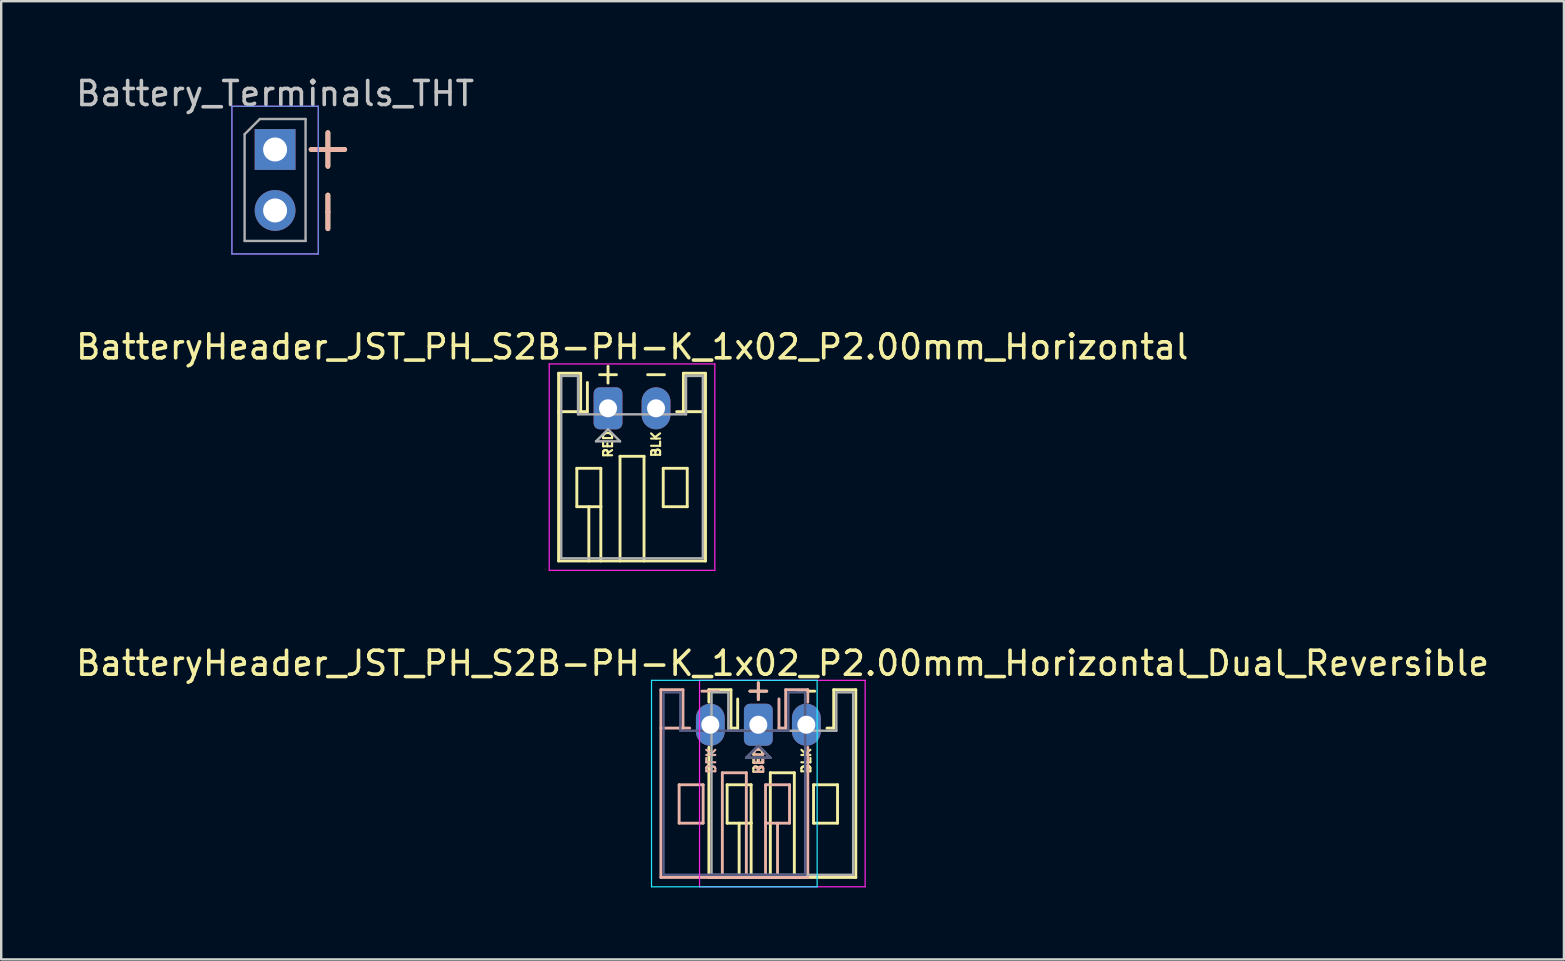
<source format=kicad_pcb>
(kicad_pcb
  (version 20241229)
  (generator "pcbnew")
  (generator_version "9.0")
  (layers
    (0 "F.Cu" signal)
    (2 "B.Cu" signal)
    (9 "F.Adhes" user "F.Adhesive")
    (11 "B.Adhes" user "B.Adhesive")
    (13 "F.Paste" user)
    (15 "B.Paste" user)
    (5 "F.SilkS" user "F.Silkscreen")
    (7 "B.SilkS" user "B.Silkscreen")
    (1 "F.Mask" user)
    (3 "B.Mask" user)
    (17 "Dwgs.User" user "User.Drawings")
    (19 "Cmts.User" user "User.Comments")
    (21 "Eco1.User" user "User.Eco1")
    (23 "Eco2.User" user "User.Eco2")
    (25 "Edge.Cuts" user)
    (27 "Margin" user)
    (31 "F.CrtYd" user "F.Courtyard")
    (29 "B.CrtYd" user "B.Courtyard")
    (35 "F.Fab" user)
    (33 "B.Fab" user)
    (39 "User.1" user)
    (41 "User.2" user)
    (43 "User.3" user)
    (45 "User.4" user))
  (footprint "BatteryHeader_JST_PH_S2B-PH-K_1x02_P2.00mm_Horizontal"
    (layer "F.Cu")
    (at 22.282 13.961)
    (property "Reference" "BatteryHeader_JST_PH_S2B-PH-K_1x02_P2.00mm_Horizontal" (at 1.01 -2.56 0) (layer "F.SilkS") (effects (font (size 1 1) (thickness 0.15))))
    (attr through_hole)
    (fp_line (start -2.06 -1.46) (end -2.06 6.36) (stroke (width 0.12) (type solid)) (layer "F.SilkS"))
    (fp_line (start -2.06 0.14) (end -1.14 0.14) (stroke (width 0.12) (type solid)) (layer "F.SilkS"))
    (fp_line (start -2.06 6.36) (end 4.06 6.36) (stroke (width 0.12) (type solid)) (layer "F.SilkS"))
    (fp_line (start -1.3 2.5) (end -1.3 4.1) (stroke (width 0.12) (type solid)) (layer "F.SilkS"))
    (fp_line (start -1.3 4.1) (end -0.3 4.1) (stroke (width 0.12) (type solid)) (layer "F.SilkS"))
    (fp_line (start -1.14 -1.46) (end -2.06 -1.46) (stroke (width 0.12) (type solid)) (layer "F.SilkS"))
    (fp_line (start -1.14 0.14) (end -1.14 -1.46) (stroke (width 0.12) (type solid)) (layer "F.SilkS"))
    (fp_line (start -0.86 0.14) (end -1.14 0.14) (stroke (width 0.12) (type solid)) (layer "F.SilkS"))
    (fp_line (start -0.86 0.14) (end -0.86 -1.075) (stroke (width 0.12) (type solid)) (layer "F.SilkS"))
    (fp_line (start -0.8 4.1) (end -0.8 6.36) (stroke (width 0.12) (type solid)) (layer "F.SilkS"))
    (fp_line (start -0.35 -1.4) (end 0.35 -1.4) (stroke (width 0.12) (type solid)) (layer "F.SilkS"))
    (fp_line (start -0.3 2.5) (end -1.3 2.5) (stroke (width 0.12) (type solid)) (layer "F.SilkS"))
    (fp_line (start -0.3 4.1) (end -0.3 2.5) (stroke (width 0.12) (type solid)) (layer "F.SilkS"))
    (fp_line (start -0.3 4.1) (end -0.3 6.36) (stroke (width 0.12) (type solid)) (layer "F.SilkS"))
    (fp_line (start 0 -1.75) (end 0 -1.05) (stroke (width 0.12) (type solid)) (layer "F.SilkS"))
    (fp_line (start 0.5 2) (end 1.5 2) (stroke (width 0.12) (type solid)) (layer "F.SilkS"))
    (fp_line (start 0.5 6.36) (end 0.5 2) (stroke (width 0.12) (type solid)) (layer "F.SilkS"))
    (fp_line (start 1.5 2) (end 1.5 6.36) (stroke (width 0.12) (type solid)) (layer "F.SilkS"))
    (fp_line (start 1.65 -1.4) (end 2.35 -1.4) (stroke (width 0.12) (type solid)) (layer "F.SilkS"))
    (fp_line (start 2.3 2.5) (end 3.3 2.5) (stroke (width 0.12) (type solid)) (layer "F.SilkS"))
    (fp_line (start 2.3 4.1) (end 2.3 2.5) (stroke (width 0.12) (type solid)) (layer "F.SilkS"))
    (fp_line (start 3.14 -1.46) (end 3.14 0.14) (stroke (width 0.12) (type solid)) (layer "F.SilkS"))
    (fp_line (start 3.14 0.14) (end 2.86 0.14) (stroke (width 0.12) (type solid)) (layer "F.SilkS"))
    (fp_line (start 3.3 2.5) (end 3.3 4.1) (stroke (width 0.12) (type solid)) (layer "F.SilkS"))
    (fp_line (start 3.3 4.1) (end 2.3 4.1) (stroke (width 0.12) (type solid)) (layer "F.SilkS"))
    (fp_line (start 4.06 -1.46) (end 3.14 -1.46) (stroke (width 0.12) (type solid)) (layer "F.SilkS"))
    (fp_line (start 4.06 0.14) (end 3.14 0.14) (stroke (width 0.12) (type solid)) (layer "F.SilkS"))
    (fp_line (start 4.06 6.36) (end 4.06 -1.46) (stroke (width 0.12) (type solid)) (layer "F.SilkS"))
    (fp_line (start -2.45 -1.85) (end -2.45 6.75) (stroke (width 0.05) (type solid)) (layer "F.CrtYd"))
    (fp_line (start -2.45 6.75) (end 4.45 6.75) (stroke (width 0.05) (type solid)) (layer "F.CrtYd"))
    (fp_line (start 4.45 -1.85) (end -2.45 -1.85) (stroke (width 0.05) (type solid)) (layer "F.CrtYd"))
    (fp_line (start 4.45 6.75) (end 4.45 -1.85) (stroke (width 0.05) (type solid)) (layer "F.CrtYd"))
    (fp_line (start -1.95 -1.35) (end -1.95 6.25) (stroke (width 0.1) (type solid)) (layer "F.Fab"))
    (fp_line (start -1.95 6.25) (end 3.95 6.25) (stroke (width 0.1) (type solid)) (layer "F.Fab"))
    (fp_line (start -1.25 -1.35) (end -1.95 -1.35) (stroke (width 0.1) (type solid)) (layer "F.Fab"))
    (fp_line (start -1.25 0.25) (end -1.25 -1.35) (stroke (width 0.1) (type solid)) (layer "F.Fab"))
    (fp_line (start -0.5 1.375) (end 0.5 1.375) (stroke (width 0.1) (type solid)) (layer "F.Fab"))
    (fp_line (start 0 0.875) (end -0.5 1.375) (stroke (width 0.1) (type solid)) (layer "F.Fab"))
    (fp_line (start 0.5 1.375) (end 0 0.875) (stroke (width 0.1) (type solid)) (layer "F.Fab"))
    (fp_line (start 3.25 -1.35) (end 3.25 0.25) (stroke (width 0.1) (type solid)) (layer "F.Fab"))
    (fp_line (start 3.25 0.25) (end -1.25 0.25) (stroke (width 0.1) (type solid)) (layer "F.Fab"))
    (fp_line (start 3.95 -1.35) (end 3.25 -1.35) (stroke (width 0.1) (type solid)) (layer "F.Fab"))
    (fp_line (start 3.95 6.25) (end 3.95 -1.35) (stroke (width 0.1) (type solid)) (layer "F.Fab"))
    (fp_text user "BLK" (at 2 1.5 90) (unlocked yes) (layer "F.SilkS") (effects (font (size 0.375 0.375) (thickness 0.09))))
    (fp_text user "RED" (at 0 1.5 90) (unlocked yes) (layer "F.SilkS") (effects (font (size 0.375 0.375) (thickness 0.09))))
    (pad "1" thru_hole roundrect (at 0 0) (size 1.2 1.75) (drill 0.75) (layers "*.Cu" "*.Mask") (roundrect_rratio 0.208))
    (pad "2" thru_hole oval (at 2 0) (size 1.2 1.75) (drill 0.75) (layers "*.Cu" "*.Mask")))
  (footprint "BatteryHeader_JST_PH_S2B-PH-K_1x02_P2.00mm_Horizontal_Dual_Reversible"
    (layer "F.Cu")
    (at 28.544 27.145)
    (property "Reference" "BatteryHeader_JST_PH_S2B-PH-K_1x02_P2.00mm_Horizontal_Dual_Reversible" (at 1.01 -2.56 0) (layer "F.SilkS") (effects (font (size 1 1) (thickness 0.15))))
    (attr through_hole)
    (fp_line (start -2.06 -1.46) (end -2.06 -0.94) (stroke (width 0.12) (type solid)) (layer "F.SilkS"))
    (fp_line (start -2.06 0.94) (end -2.06 6.36) (stroke (width 0.12) (type solid)) (layer "F.SilkS"))
    (fp_line (start -2.06 6.36) (end 4.06 6.36) (stroke (width 0.12) (type solid)) (layer "F.SilkS"))
    (fp_line (start -1.3 2.5) (end -1.3 4.1) (stroke (width 0.12) (type solid)) (layer "F.SilkS"))
    (fp_line (start -1.3 4.1) (end -0.3 4.1) (stroke (width 0.12) (type solid)) (layer "F.SilkS"))
    (fp_line (start -1.14 -1.46) (end -2.06 -1.46) (stroke (width 0.12) (type solid)) (layer "F.SilkS"))
    (fp_line (start -1.14 0.14) (end -1.14 -1.46) (stroke (width 0.12) (type solid)) (layer "F.SilkS"))
    (fp_line (start -0.86 0.14) (end -1.14 0.14) (stroke (width 0.12) (type solid)) (layer "F.SilkS"))
    (fp_line (start -0.86 0.14) (end -0.86 -1.075) (stroke (width 0.12) (type solid)) (layer "F.SilkS"))
    (fp_line (start -0.8 4.1) (end -0.8 6.36) (stroke (width 0.12) (type solid)) (layer "F.SilkS"))
    (fp_line (start -0.35 -1.4) (end 0.35 -1.4) (stroke (width 0.12) (type solid)) (layer "F.SilkS"))
    (fp_line (start -0.3 2.5) (end -1.3 2.5) (stroke (width 0.12) (type solid)) (layer "F.SilkS"))
    (fp_line (start -0.3 4.1) (end -0.3 2.5) (stroke (width 0.12) (type solid)) (layer "F.SilkS"))
    (fp_line (start -0.3 4.1) (end -0.3 6.36) (stroke (width 0.12) (type solid)) (layer "F.SilkS"))
    (fp_line (start 0 -1.75) (end 0 -1.05) (stroke (width 0.12) (type solid)) (layer "F.SilkS"))
    (fp_line (start 0.5 2) (end 1.5 2) (stroke (width 0.12) (type solid)) (layer "F.SilkS"))
    (fp_line (start 0.5 6.36) (end 0.5 2) (stroke (width 0.12) (type solid)) (layer "F.SilkS"))
    (fp_line (start 1.5 2) (end 1.5 6.36) (stroke (width 0.12) (type solid)) (layer "F.SilkS"))
    (fp_line (start 1.65 -1.4) (end 2.35 -1.4) (stroke (width 0.12) (type solid)) (layer "F.SilkS"))
    (fp_line (start 2.3 2.5) (end 3.3 2.5) (stroke (width 0.12) (type solid)) (layer "F.SilkS"))
    (fp_line (start 2.3 4.1) (end 2.3 2.5) (stroke (width 0.12) (type solid)) (layer "F.SilkS"))
    (fp_line (start 3.14 -1.46) (end 3.14 0.14) (stroke (width 0.12) (type solid)) (layer "F.SilkS"))
    (fp_line (start 3.14 0.14) (end 2.86 0.14) (stroke (width 0.12) (type solid)) (layer "F.SilkS"))
    (fp_line (start 3.3 2.5) (end 3.3 4.1) (stroke (width 0.12) (type solid)) (layer "F.SilkS"))
    (fp_line (start 3.3 4.1) (end 2.3 4.1) (stroke (width 0.12) (type solid)) (layer "F.SilkS"))
    (fp_line (start 4.06 -1.46) (end 3.14 -1.46) (stroke (width 0.12) (type solid)) (layer "F.SilkS"))
    (fp_line (start 4.06 6.36) (end 4.06 -1.46) (stroke (width 0.12) (type solid)) (layer "F.SilkS"))
    (fp_line (start -4.06 -1.46) (end -3.14 -1.46) (stroke (width 0.12) (type solid)) (layer "B.SilkS"))
    (fp_line (start -4.06 0.14) (end -3.14 0.14) (stroke (width 0.12) (type solid)) (layer "B.SilkS"))
    (fp_line (start -4.06 6.36) (end -4.06 -1.46) (stroke (width 0.12) (type solid)) (layer "B.SilkS"))
    (fp_line (start -3.3 2.5) (end -3.3 4.1) (stroke (width 0.12) (type solid)) (layer "B.SilkS"))
    (fp_line (start -3.3 4.1) (end -2.3 4.1) (stroke (width 0.12) (type solid)) (layer "B.SilkS"))
    (fp_line (start -3.14 -1.46) (end -3.14 0.14) (stroke (width 0.12) (type solid)) (layer "B.SilkS"))
    (fp_line (start -3.14 0.14) (end -2.86 0.14) (stroke (width 0.12) (type solid)) (layer "B.SilkS"))
    (fp_line (start -2.3 2.5) (end -3.3 2.5) (stroke (width 0.12) (type solid)) (layer "B.SilkS"))
    (fp_line (start -2.3 4.1) (end -2.3 2.5) (stroke (width 0.12) (type solid)) (layer "B.SilkS"))
    (fp_line (start -1.65 -1.4) (end -2.35 -1.4) (stroke (width 0.12) (type solid)) (layer "B.SilkS"))
    (fp_line (start -1.5 2) (end -1.5 6.36) (stroke (width 0.12) (type solid)) (layer "B.SilkS"))
    (fp_line (start -0.5 2) (end -1.5 2) (stroke (width 0.12) (type solid)) (layer "B.SilkS"))
    (fp_line (start -0.5 6.36) (end -0.5 2) (stroke (width 0.12) (type solid)) (layer "B.SilkS"))
    (fp_line (start 0 -1.75) (end 0 -1.05) (stroke (width 0.12) (type solid)) (layer "B.SilkS"))
    (fp_line (start 0.3 2.5) (end 1.3 2.5) (stroke (width 0.12) (type solid)) (layer "B.SilkS"))
    (fp_line (start 0.3 4.1) (end 0.3 2.5) (stroke (width 0.12) (type solid)) (layer "B.SilkS"))
    (fp_line (start 0.3 4.1) (end 0.3 6.36) (stroke (width 0.12) (type solid)) (layer "B.SilkS"))
    (fp_line (start 0.35 -1.4) (end -0.35 -1.4) (stroke (width 0.12) (type solid)) (layer "B.SilkS"))
    (fp_line (start 0.8 4.1) (end 0.8 6.36) (stroke (width 0.12) (type solid)) (layer "B.SilkS"))
    (fp_line (start 0.86 0.14) (end 0.86 -1.075) (stroke (width 0.12) (type solid)) (layer "B.SilkS"))
    (fp_line (start 0.86 0.14) (end 1.14 0.14) (stroke (width 0.12) (type solid)) (layer "B.SilkS"))
    (fp_line (start 1.14 -1.46) (end 2.06 -1.46) (stroke (width 0.12) (type solid)) (layer "B.SilkS"))
    (fp_line (start 1.14 0.14) (end 1.14 -1.46) (stroke (width 0.12) (type solid)) (layer "B.SilkS"))
    (fp_line (start 1.3 2.5) (end 1.3 4.1) (stroke (width 0.12) (type solid)) (layer "B.SilkS"))
    (fp_line (start 1.3 4.1) (end 0.3 4.1) (stroke (width 0.12) (type solid)) (layer "B.SilkS"))
    (fp_line (start 2.06 -1.46) (end 2.06 -0.94) (stroke (width 0.12) (type solid)) (layer "B.SilkS"))
    (fp_line (start 2.06 0.94) (end 2.06 6.36) (stroke (width 0.12) (type solid)) (layer "B.SilkS"))
    (fp_line (start 2.06 6.36) (end -4.06 6.36) (stroke (width 0.12) (type solid)) (layer "B.SilkS"))
    (fp_line (start -4.45 -1.85) (end 2.45 -1.85) (stroke (width 0.05) (type solid)) (layer "B.CrtYd"))
    (fp_line (start -4.45 6.75) (end -4.45 -1.85) (stroke (width 0.05) (type solid)) (layer "B.CrtYd"))
    (fp_line (start 2.45 -1.85) (end 2.45 6.75) (stroke (width 0.05) (type solid)) (layer "B.CrtYd"))
    (fp_line (start 2.45 6.75) (end -4.45 6.75) (stroke (width 0.05) (type solid)) (layer "B.CrtYd"))
    (fp_line (start -2.45 -1.85) (end -2.45 6.75) (stroke (width 0.05) (type solid)) (layer "F.CrtYd"))
    (fp_line (start -2.45 6.75) (end 4.45 6.75) (stroke (width 0.05) (type solid)) (layer "F.CrtYd"))
    (fp_line (start 4.45 -1.85) (end -2.45 -1.85) (stroke (width 0.05) (type solid)) (layer "F.CrtYd"))
    (fp_line (start 4.45 6.75) (end 4.45 -1.85) (stroke (width 0.05) (type solid)) (layer "F.CrtYd"))
    (fp_line (start -3.95 -1.35) (end -3.25 -1.35) (stroke (width 0.1) (type solid)) (layer "B.Fab"))
    (fp_line (start -3.95 6.25) (end -3.95 -1.35) (stroke (width 0.1) (type solid)) (layer "B.Fab"))
    (fp_line (start -3.25 -1.35) (end -3.25 0.25) (stroke (width 0.1) (type solid)) (layer "B.Fab"))
    (fp_line (start -3.25 0.25) (end 1.25 0.25) (stroke (width 0.1) (type solid)) (layer "B.Fab"))
    (fp_line (start -0.5 1.375) (end 0 0.875) (stroke (width 0.1) (type solid)) (layer "B.Fab"))
    (fp_line (start 0 0.875) (end 0.5 1.375) (stroke (width 0.1) (type solid)) (layer "B.Fab"))
    (fp_line (start 0.5 1.375) (end -0.5 1.375) (stroke (width 0.1) (type solid)) (layer "B.Fab"))
    (fp_line (start 1.25 -1.35) (end 1.95 -1.35) (stroke (width 0.1) (type solid)) (layer "B.Fab"))
    (fp_line (start 1.25 0.25) (end 1.25 -1.35) (stroke (width 0.1) (type solid)) (layer "B.Fab"))
    (fp_line (start 1.95 -1.35) (end 1.95 6.25) (stroke (width 0.1) (type solid)) (layer "B.Fab"))
    (fp_line (start 1.95 6.25) (end -3.95 6.25) (stroke (width 0.1) (type solid)) (layer "B.Fab"))
    (fp_line (start -1.95 -1.35) (end -1.95 6.25) (stroke (width 0.1) (type solid)) (layer "F.Fab"))
    (fp_line (start -1.95 6.25) (end 3.95 6.25) (stroke (width 0.1) (type solid)) (layer "F.Fab"))
    (fp_line (start -1.25 -1.35) (end -1.95 -1.35) (stroke (width 0.1) (type solid)) (layer "F.Fab"))
    (fp_line (start -1.25 0.25) (end -1.25 -1.35) (stroke (width 0.1) (type solid)) (layer "F.Fab"))
    (fp_line (start -0.5 1.375) (end 0.5 1.375) (stroke (width 0.1) (type solid)) (layer "F.Fab"))
    (fp_line (start 0 0.875) (end -0.5 1.375) (stroke (width 0.1) (type solid)) (layer "F.Fab"))
    (fp_line (start 0.5 1.375) (end 0 0.875) (stroke (width 0.1) (type solid)) (layer "F.Fab"))
    (fp_line (start 3.25 -1.35) (end 3.25 0.25) (stroke (width 0.1) (type solid)) (layer "F.Fab"))
    (fp_line (start 3.25 0.25) (end -1.25 0.25) (stroke (width 0.1) (type solid)) (layer "F.Fab"))
    (fp_line (start 3.95 -1.35) (end 3.25 -1.35) (stroke (width 0.1) (type solid)) (layer "F.Fab"))
    (fp_line (start 3.95 6.25) (end 3.95 -1.35) (stroke (width 0.1) (type solid)) (layer "F.Fab"))
    (fp_text user "RED" (at 0 1.5 90) (unlocked yes) (layer "F.SilkS") (effects (font (size 0.375 0.375) (thickness 0.09))))
    (fp_text user "BLK" (at 2 1.5 90) (unlocked yes) (layer "F.SilkS") (effects (font (size 0.375 0.375) (thickness 0.09))))
    (fp_text user "RED" (at 0 1.5 270) (unlocked yes) (layer "B.SilkS") (effects (font (size 0.375 0.375) (thickness 0.09)) (justify mirror)))
    (fp_text user "BLK" (at -2 1.5 270) (unlocked yes) (layer "B.SilkS") (effects (font (size 0.375 0.375) (thickness 0.09)) (justify mirror)))
    (pad "1" thru_hole roundrect (at 0 0) (size 1.2 1.75) (drill 0.75) (layers "*.Cu" "*.Mask") (roundrect_rratio 0.208))
    (pad "2" thru_hole oval (at -2 0) (size 1.2 1.75) (drill 0.75) (layers "*.Cu" "*.Mask"))
    (pad "2" thru_hole oval (at 2 0) (size 1.2 1.75) (drill 0.75) (layers "*.Cu" "*.Mask")))
  (footprint "Battery_Terminals_THT"
    (layer "F.Cu")
    (at 8.411 3.178)
    (property "Reference" "Battery_Terminals_THT" (at 0 -2.33 0) (layer "Dwgs.User") (effects (font (size 1 1) (thickness 0.15))))
    (attr through_hole)
    (fp_line (start 1.5 0) (end 2.2 0) (stroke (width 0.2) (type solid)) (layer "F.SilkS"))
    (fp_line (start 2.2 -0.7) (end 2.2 0) (stroke (width 0.2) (type solid)) (layer "F.SilkS"))
    (fp_line (start 2.2 0) (end 2.2 0.7) (stroke (width 0.2) (type solid)) (layer "F.SilkS"))
    (fp_line (start 2.2 0) (end 2.9 0) (stroke (width 0.2) (type solid)) (layer "F.SilkS"))
    (fp_line (start 2.2 1.9) (end 2.2 2.6) (stroke (width 0.2) (type solid)) (layer "F.SilkS"))
    (fp_line (start 2.2 2.6) (end 2.2 3.3) (stroke (width 0.2) (type solid)) (layer "F.SilkS"))
    (fp_line (start 2.2 0) (end 1.5 0) (stroke (width 0.2) (type solid)) (layer "B.SilkS"))
    (fp_line (start 2.2 0) (end 2.2 -0.7) (stroke (width 0.2) (type solid)) (layer "B.SilkS"))
    (fp_line (start 2.2 0.7) (end 2.2 0) (stroke (width 0.2) (type solid)) (layer "B.SilkS"))
    (fp_line (start 2.2 1.9) (end 2.2 2.6) (stroke (width 0.2) (type solid)) (layer "B.SilkS"))
    (fp_line (start 2.2 2.6) (end 2.2 3.3) (stroke (width 0.2) (type solid)) (layer "B.SilkS"))
    (fp_line (start 2.9 0) (end 2.2 0) (stroke (width 0.2) (type solid)) (layer "B.SilkS"))
    (fp_line (start -1.8 -1.8) (end -1.8 4.35) (stroke (width 0.05) (type solid)) (layer "Cmts.User"))
    (fp_line (start -1.8 4.35) (end 1.8 4.35) (stroke (width 0.05) (type solid)) (layer "Cmts.User"))
    (fp_line (start 1.8 -1.8) (end -1.8 -1.8) (stroke (width 0.05) (type solid)) (layer "Cmts.User"))
    (fp_line (start 1.8 4.35) (end 1.8 -1.8) (stroke (width 0.05) (type solid)) (layer "Cmts.User"))
    (fp_line (start -1.8 -1.8) (end -1.8 4.35) (stroke (width 0.05) (type solid)) (layer "F.CrtYd"))
    (fp_line (start -1.8 4.35) (end 1.8 4.35) (stroke (width 0.05) (type solid)) (layer "F.CrtYd"))
    (fp_line (start 1.8 -1.8) (end -1.8 -1.8) (stroke (width 0.05) (type solid)) (layer "F.CrtYd"))
    (fp_line (start 1.8 4.35) (end 1.8 -1.8) (stroke (width 0.05) (type solid)) (layer "F.CrtYd"))
    (fp_line (start -1.27 -0.635) (end -0.635 -1.27) (stroke (width 0.1) (type solid)) (layer "F.Fab"))
    (fp_line (start -1.27 3.81) (end -1.27 -0.635) (stroke (width 0.1) (type solid)) (layer "F.Fab"))
    (fp_line (start -0.635 -1.27) (end 1.27 -1.27) (stroke (width 0.1) (type solid)) (layer "F.Fab"))
    (fp_line (start 1.27 -1.27) (end 1.27 3.81) (stroke (width 0.1) (type solid)) (layer "F.Fab"))
    (fp_line (start 1.27 3.81) (end -1.27 3.81) (stroke (width 0.1) (type solid)) (layer "F.Fab"))
    (pad "1" thru_hole rect (at 0 0) (size 1.7 1.7) (drill 1) (layers "*.Cu" "*.Mask"))
    (pad "2" thru_hole oval (at 0 2.54) (size 1.7 1.7) (drill 1) (layers "*.Cu" "*.Mask")))
  (gr_rect
    (start -3 -3)
    (end 62.107 36.92)
    (stroke (width 0.1) (type default))
    (fill no)
    (layer "Edge.Cuts")))
</source>
